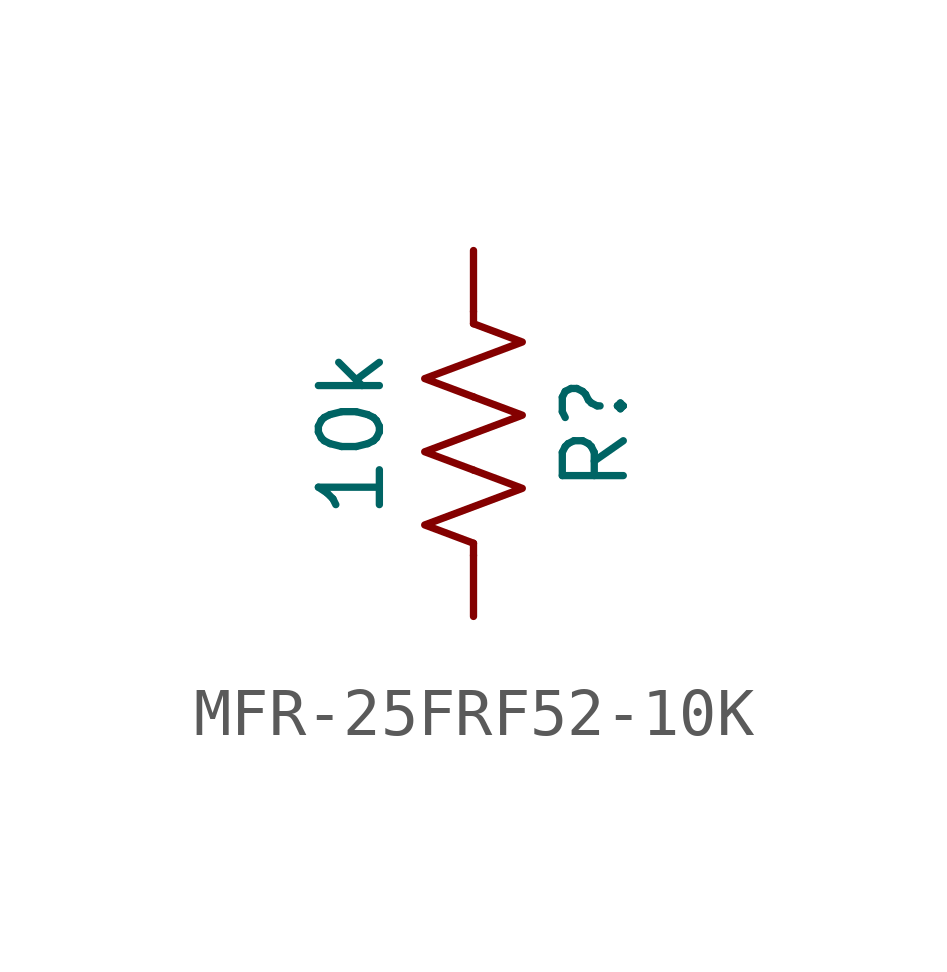
<source format=kicad_sym>
(kicad_symbol_lib
  (version 20220914)
  (generator kicad_symbol_editor)
  (symbol "MFR-25FRF52-10K"
    (pin_numbers hide)
    (pin_names
      (offset 0))
    (property "Reference" "R"
      (at 2.54 0 90)
      (effects (font (size 1.27 1.27))))
    (property "Value" "10k"
      (at -2.54 0 90)
      (effects (font (size 1.27 1.27))))
    (symbol "MFR-25FRF52-10K_0_1"
      (polyline (pts (xy 0 -2.286) (xy 0 -2.54)) (stroke (width 0) (type default)) (fill (type none)))
      (polyline (pts (xy 0 2.286) (xy 0 2.54)) (stroke (width 0) (type default)) (fill (type none)))
      (polyline (pts (xy 0 -0.762) (xy 1.016 -1.143) (xy 0 -1.524) (xy -1.016 -1.905) (xy 0 -2.286)) (stroke (width 0) (type default)) (fill (type none)))
      (polyline (pts (xy 0 0.762) (xy 1.016 0.381) (xy 0 0) (xy -1.016 -0.381) (xy 0 -0.762)) (stroke (width 0) (type default)) (fill (type none)))
      (polyline (pts (xy 0 2.286) (xy 1.016 1.905) (xy 0 1.524) (xy -1.016 1.143) (xy 0 0.762)) (stroke (width 0) (type default)) (fill (type none))))
    (symbol "MFR-25FRF52-10K_1_1"
      (pin passive line (at 0 3.81 270) (length 1.27) (name "~" (effects (font (size 1.27 1.27)))) (number "1" (effects (font (size 1.27 1.27)))))
      (pin passive line (at 0 -3.81 90) (length 1.27) (name "~" (effects (font (size 1.27 1.27)))) (number "2" (effects (font (size 1.27 1.27))))))))
</source>
